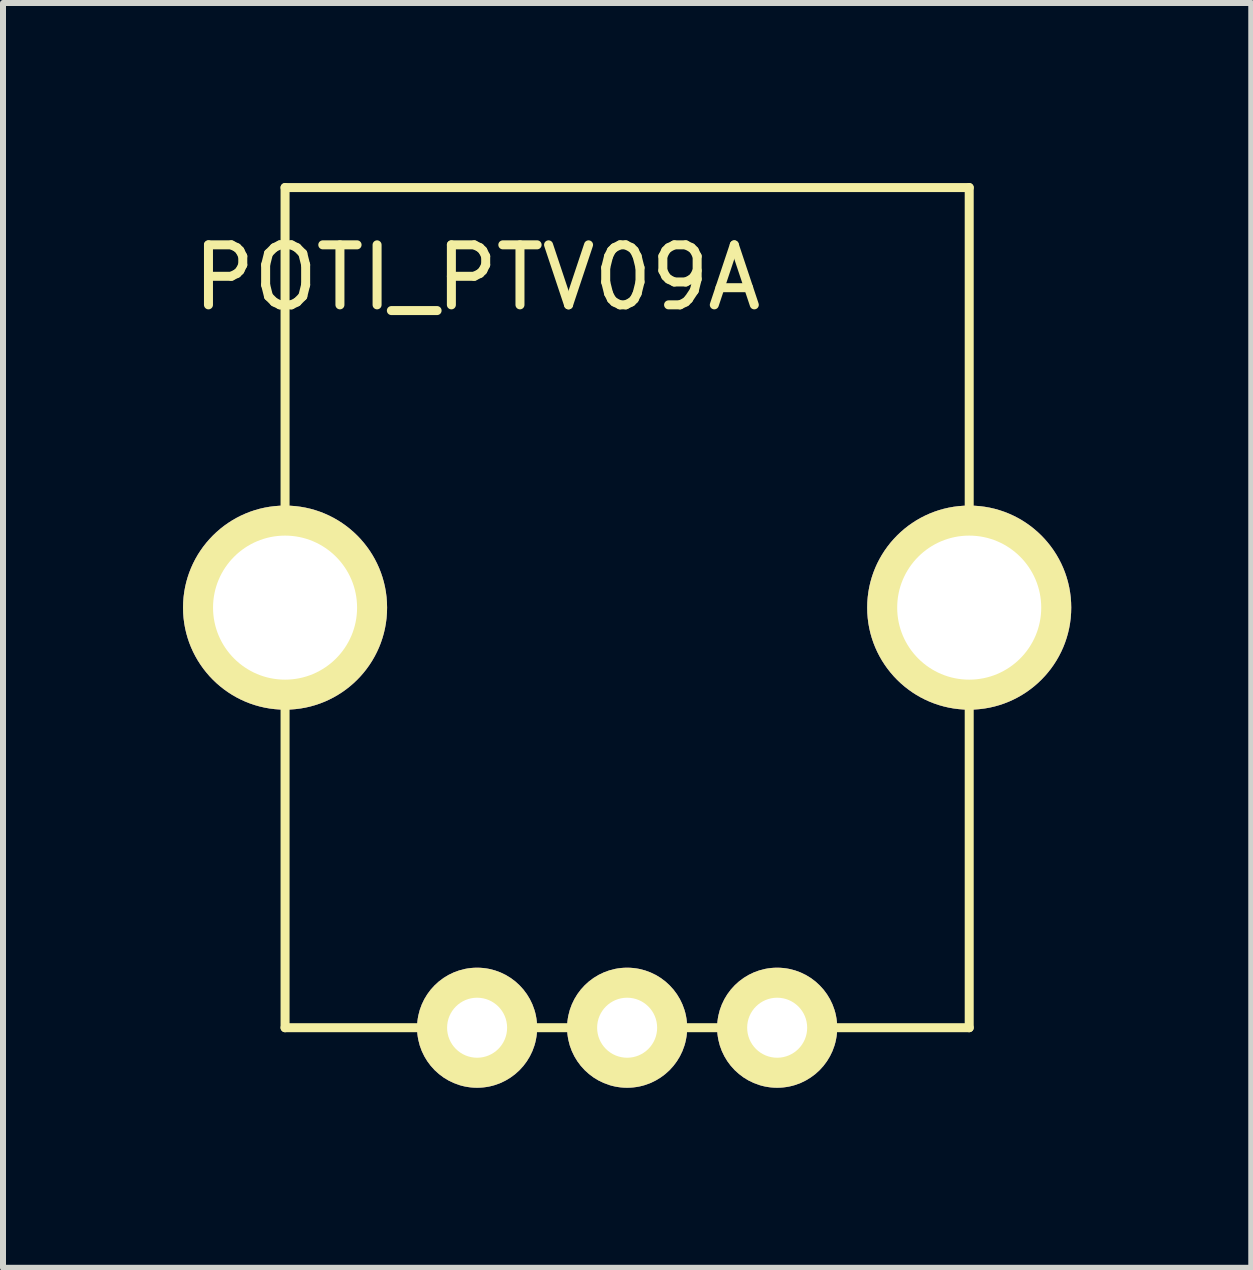
<source format=kicad_pcb>
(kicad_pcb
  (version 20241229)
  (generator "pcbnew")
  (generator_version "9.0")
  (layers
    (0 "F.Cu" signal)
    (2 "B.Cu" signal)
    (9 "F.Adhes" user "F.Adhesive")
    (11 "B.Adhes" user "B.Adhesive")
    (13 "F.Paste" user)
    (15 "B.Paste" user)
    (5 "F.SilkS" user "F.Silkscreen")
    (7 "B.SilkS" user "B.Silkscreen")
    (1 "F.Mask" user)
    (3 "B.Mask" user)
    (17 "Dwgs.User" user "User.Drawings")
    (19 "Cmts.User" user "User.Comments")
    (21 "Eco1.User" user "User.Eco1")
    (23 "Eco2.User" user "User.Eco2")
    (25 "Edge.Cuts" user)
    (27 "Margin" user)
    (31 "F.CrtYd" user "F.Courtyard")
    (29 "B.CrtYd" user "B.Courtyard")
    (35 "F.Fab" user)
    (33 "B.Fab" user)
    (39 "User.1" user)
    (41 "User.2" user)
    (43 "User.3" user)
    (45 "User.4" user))
  (footprint "POTI_PTV09A"
    (layer "F.Cu")
    (at 7.4 14.075)
    (property "Reference" "POTI_PTV09A" (at -2.5 -12.5 0) (layer "F.SilkS") (effects (font (size 1 1) (thickness 0.15))))
    (attr through_hole)
    (fp_line (start -5.7 -14) (end 5.7 -14) (stroke (width 0.15) (type solid)) (layer "F.SilkS"))
    (fp_line (start -5.7 0) (end -5.7 -14) (stroke (width 0.15) (type solid)) (layer "F.SilkS"))
    (fp_line (start 5.7 -14) (end 5.7 0) (stroke (width 0.15) (type solid)) (layer "F.SilkS"))
    (fp_line (start 5.7 0) (end -5.7 0) (stroke (width 0.15) (type solid)) (layer "F.SilkS"))
    (pad "1" thru_hole circle (at -2.5 0) (size 2 2) (drill 1) (layers "*.Cu" "*.Mask" "F.SilkS"))
    (pad "2" thru_hole circle (at 0 0) (size 2 2) (drill 1) (layers "*.Cu" "*.Mask" "F.SilkS"))
    (pad "3" thru_hole circle (at 2.5 0) (size 2 2) (drill 1) (layers "*.Cu" "*.Mask" "F.SilkS"))
    (pad "5" thru_hole circle (at -5.7 -7) (size 3.4 3.4) (drill 2.4) (layers "*.Cu" "*.Mask" "F.SilkS"))
    (pad "5" thru_hole circle (at 5.7 -7) (size 3.4 3.4) (drill 2.4) (layers "*.Cu" "*.Mask" "F.SilkS")))
  (gr_rect
    (start -3 -3)
    (end 17.8 18.075)
    (stroke (width 0.1) (type default))
    (fill no)
    (layer "Edge.Cuts")))
</source>
